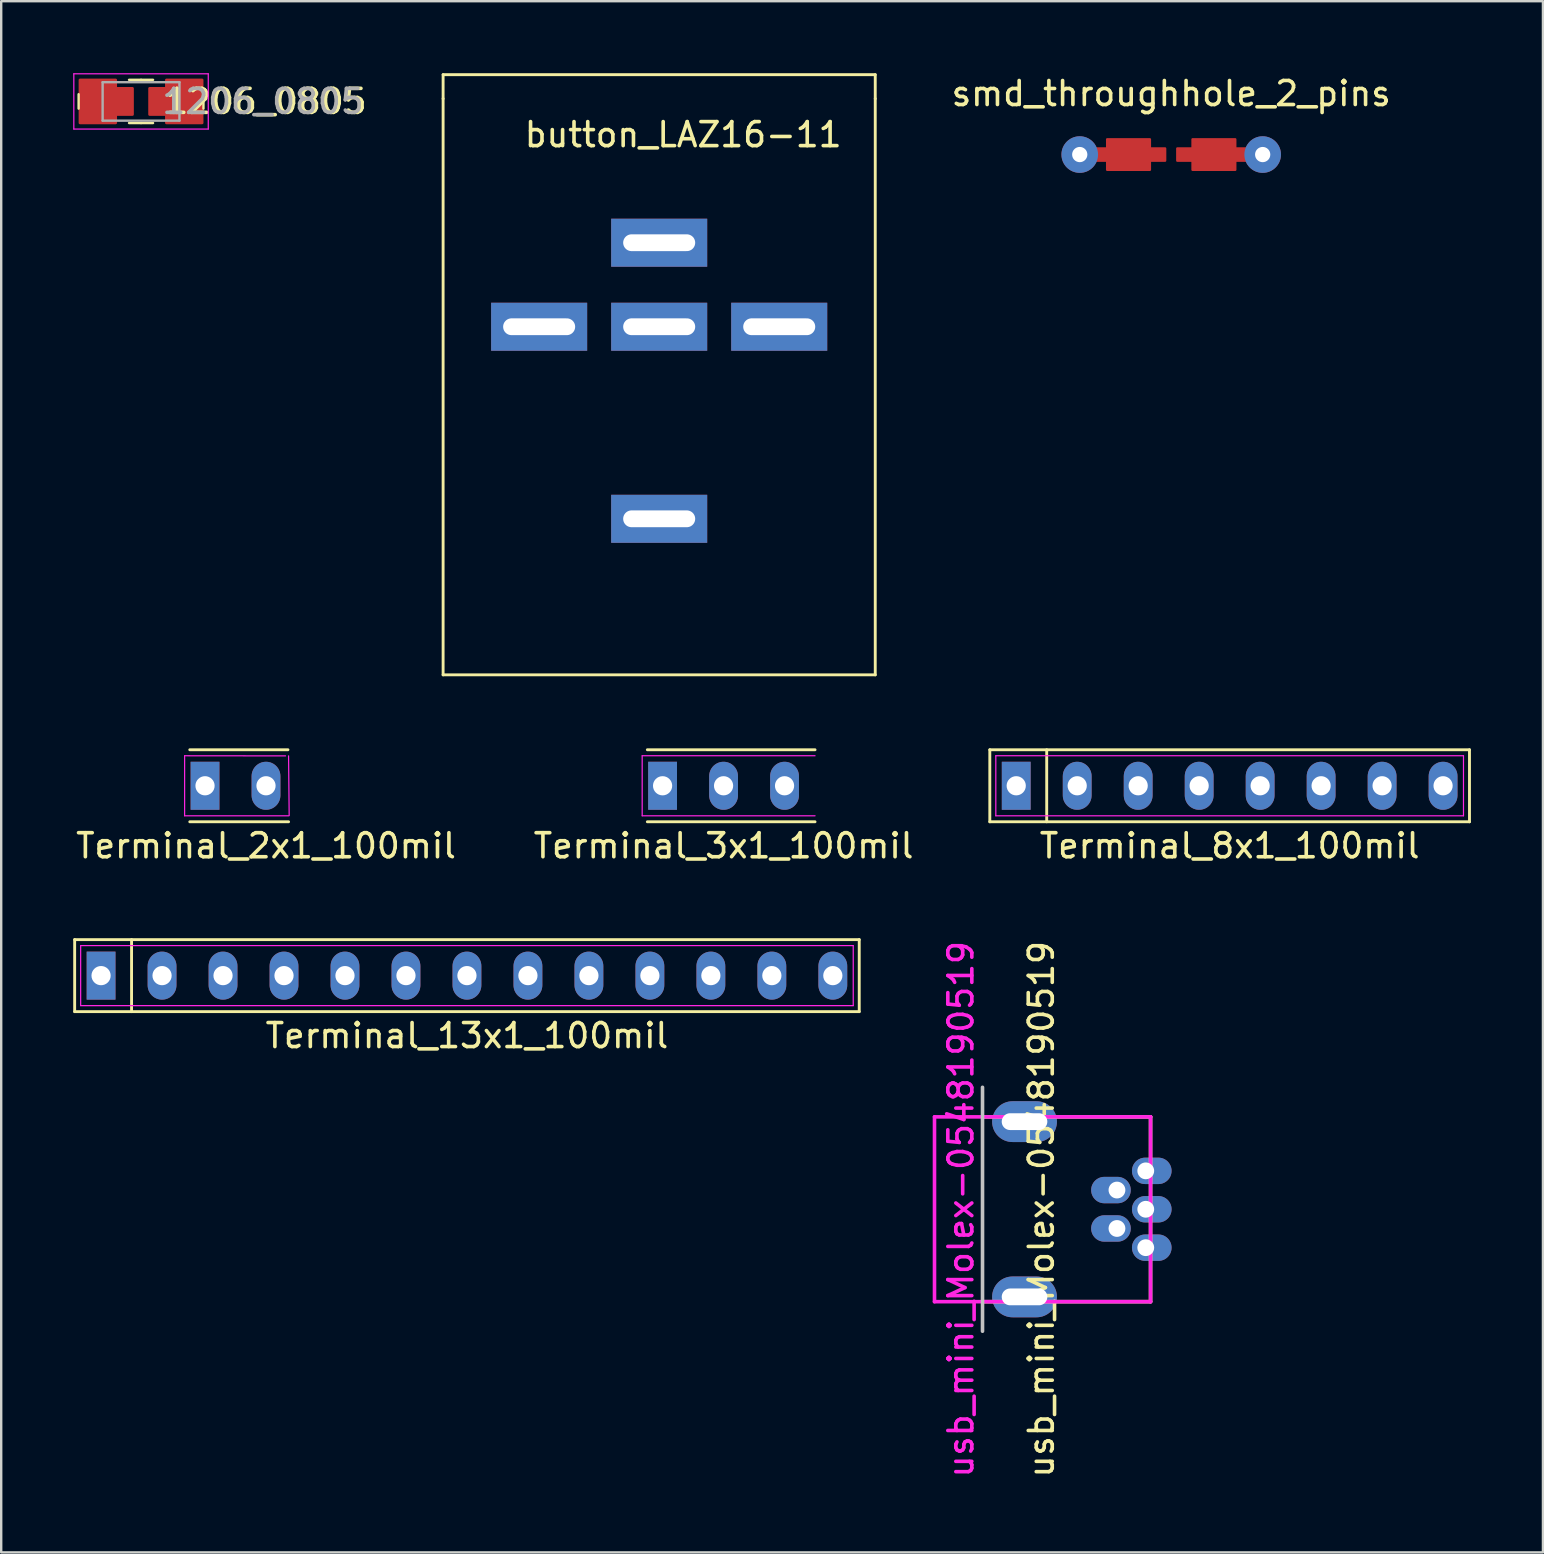
<source format=kicad_pcb>
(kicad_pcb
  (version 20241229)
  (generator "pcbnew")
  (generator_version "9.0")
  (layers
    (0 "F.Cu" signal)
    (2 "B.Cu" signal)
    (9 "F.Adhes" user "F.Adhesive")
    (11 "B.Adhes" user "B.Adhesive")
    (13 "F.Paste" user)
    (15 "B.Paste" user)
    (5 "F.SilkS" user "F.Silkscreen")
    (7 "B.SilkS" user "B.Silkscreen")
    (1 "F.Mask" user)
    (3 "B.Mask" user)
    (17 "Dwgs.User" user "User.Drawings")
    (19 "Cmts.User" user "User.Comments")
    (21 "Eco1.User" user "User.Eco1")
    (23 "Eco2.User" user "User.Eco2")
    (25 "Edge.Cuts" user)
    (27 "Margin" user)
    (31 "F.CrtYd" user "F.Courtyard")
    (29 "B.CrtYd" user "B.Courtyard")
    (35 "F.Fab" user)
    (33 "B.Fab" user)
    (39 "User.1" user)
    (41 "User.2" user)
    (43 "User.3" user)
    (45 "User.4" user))
  (footprint "Terminal_2x1_100mil"
    (layer "F.Cu")
    (at 8.03 29.68)
    (property "Reference" "Terminal_2x1_100mil" (at 0 2.5 0) (layer "F.SilkS") (effects (font (size 1 1) (thickness 0.15))))
    (attr through_hole)
    (fp_line (start -3.175 -1.5) (end 0.914 -1.5) (stroke (width 0.12) (type solid)) (layer "F.SilkS"))
    (fp_line (start 0.94 1.5) (end -3.175 1.5) (stroke (width 0.12) (type solid)) (layer "F.SilkS"))
    (fp_line (start -3.39 -1.25) (end 0.813 -1.245) (stroke (width 0.05) (type solid)) (layer "F.CrtYd"))
    (fp_line (start -3.39 1.25) (end -3.39 -1.25) (stroke (width 0.05) (type solid)) (layer "F.CrtYd"))
    (fp_line (start 0.94 1.25) (end -3.39 1.25) (stroke (width 0.05) (type solid)) (layer "F.CrtYd"))
    (fp_line (start 0.965 1.245) (end 0.94 -1.245) (stroke (width 0.05) (type solid)) (layer "F.CrtYd"))
    (pad "1" thru_hole rect (at -2.54 0) (size 1.2 2) (drill 0.8) (layers "*.Cu" "*.Mask"))
    (pad "2" thru_hole oval (at 0 0) (size 1.2 2) (drill 0.8) (layers "*.Cu" "*.Mask")))
  (footprint "Terminal_8x1_100mil"
    (layer "F.Cu")
    (at 48.169 29.68)
    (property "Reference" "Terminal_8x1_100mil" (at 0 2.5 0) (layer "F.SilkS") (effects (font (size 1 1) (thickness 0.15))))
    (attr through_hole)
    (fp_line (start -9.99 -1.5) (end 9.99 -1.5) (stroke (width 0.12) (type solid)) (layer "F.SilkS"))
    (fp_line (start -9.99 1.5) (end -9.99 -1.5) (stroke (width 0.12) (type solid)) (layer "F.SilkS"))
    (fp_line (start -7.62 -1.5) (end -7.62 1.5) (stroke (width 0.12) (type solid)) (layer "F.SilkS"))
    (fp_line (start 9.99 -1.5) (end 9.99 1.5) (stroke (width 0.12) (type solid)) (layer "F.SilkS"))
    (fp_line (start 9.99 1.5) (end -9.99 1.5) (stroke (width 0.12) (type solid)) (layer "F.SilkS"))
    (fp_line (start -9.74 -1.25) (end 9.74 -1.25) (stroke (width 0.05) (type solid)) (layer "F.CrtYd"))
    (fp_line (start -9.74 1.25) (end -9.74 -1.25) (stroke (width 0.05) (type solid)) (layer "F.CrtYd"))
    (fp_line (start 9.74 -1.25) (end 9.74 1.25) (stroke (width 0.05) (type solid)) (layer "F.CrtYd"))
    (fp_line (start 9.74 1.25) (end -9.74 1.25) (stroke (width 0.05) (type solid)) (layer "F.CrtYd"))
    (pad "1" thru_hole rect (at -8.89 0) (size 1.2 2) (drill 0.8) (layers "*.Cu" "*.Mask"))
    (pad "2" thru_hole oval (at -6.35 0) (size 1.2 2) (drill 0.8) (layers "*.Cu" "*.Mask"))
    (pad "3" thru_hole oval (at -3.81 0) (size 1.2 2) (drill 0.8) (layers "*.Cu" "*.Mask"))
    (pad "4" thru_hole oval (at -1.27 0) (size 1.2 2) (drill 0.8) (layers "*.Cu" "*.Mask"))
    (pad "5" thru_hole oval (at 1.27 0) (size 1.2 2) (drill 0.8) (layers "*.Cu" "*.Mask"))
    (pad "6" thru_hole oval (at 3.81 0) (size 1.2 2) (drill 0.8) (layers "*.Cu" "*.Mask"))
    (pad "7" thru_hole oval (at 6.35 0) (size 1.2 2) (drill 0.8) (layers "*.Cu" "*.Mask"))
    (pad "8" thru_hole oval (at 8.89 0) (size 1.2 2) (drill 0.8) (layers "*.Cu" "*.Mask")))
  (footprint "Terminal_3x1_100mil"
    (layer "F.Cu")
    (at 27.089 29.68)
    (property "Reference" "Terminal_3x1_100mil" (at 0 2.5 0) (layer "F.SilkS") (effects (font (size 1 1) (thickness 0.15))))
    (attr through_hole)
    (fp_line (start -3.175 -1.5) (end 3.81 -1.5) (stroke (width 0.12) (type solid)) (layer "F.SilkS"))
    (fp_line (start 3.81 1.5) (end -3.175 1.5) (stroke (width 0.12) (type solid)) (layer "F.SilkS"))
    (fp_line (start -3.39 -1.25) (end 3.81 -1.25) (stroke (width 0.05) (type solid)) (layer "F.CrtYd"))
    (fp_line (start -3.39 1.25) (end -3.39 -1.25) (stroke (width 0.05) (type solid)) (layer "F.CrtYd"))
    (fp_line (start 3.81 1.25) (end -3.39 1.25) (stroke (width 0.05) (type solid)) (layer "F.CrtYd"))
    (pad "1" thru_hole rect (at -2.54 0) (size 1.2 2) (drill 0.8) (layers "*.Cu" "*.Mask"))
    (pad "2" thru_hole oval (at 0 0) (size 1.2 2) (drill 0.8) (layers "*.Cu" "*.Mask"))
    (pad "3" thru_hole oval (at 2.54 0) (size 1.2 2) (drill 0.8) (layers "*.Cu" "*.Mask")))
  (footprint "1206_0805"
    (layer "F.Cu")
    (at 2.825 1.175)
    (property "Reference" "1206_0805" (at 5.207 0 0) (layer "F.SilkS") (effects (font (size 1 1) (thickness 0.15))))
    (attr smd)
    (fp_poly (pts (xy -1.143 -0.762) (xy 1.143 -0.762) (xy 1.143 0.762) (xy -1.143 0.762)) (stroke (width 0.1) (type solid)) (fill yes) (layer "F.Mask"))
    (fp_line (start -2.6 -0.3) (end -2.6 0.3) (stroke (width 0.1) (type solid)) (layer "F.SilkS"))
    (fp_line (start 0 -0.9) (end -0.5 -0.9) (stroke (width 0.1) (type solid)) (layer "F.SilkS"))
    (fp_line (start 0 -0.9) (end 0.5 -0.9) (stroke (width 0.1) (type solid)) (layer "F.SilkS"))
    (fp_line (start 0 0.9) (end -0.5 0.9) (stroke (width 0.1) (type solid)) (layer "F.SilkS"))
    (fp_line (start 0 0.9) (end 0.5 0.9) (stroke (width 0.1) (type solid)) (layer "F.SilkS"))
    (fp_line (start 2.6 -0.3) (end 2.6 0.3) (stroke (width 0.1) (type solid)) (layer "F.SilkS"))
    (fp_line (start -2.8 -1.15) (end -2.8 1.15) (stroke (width 0.05) (type solid)) (layer "F.CrtYd"))
    (fp_line (start -2.8 1.15) (end 2.8 1.15) (stroke (width 0.05) (type solid)) (layer "F.CrtYd"))
    (fp_line (start 2.8 -1.15) (end -2.8 -1.15) (stroke (width 0.05) (type solid)) (layer "F.CrtYd"))
    (fp_line (start 2.8 1.15) (end 2.8 -1.15) (stroke (width 0.05) (type solid)) (layer "F.CrtYd"))
    (fp_line (start -1.6 -0.8) (end -1.6 0.8) (stroke (width 0.1) (type solid)) (layer "F.Fab"))
    (fp_line (start -1.6 -0.8) (end 1.6 -0.8) (stroke (width 0.1) (type solid)) (layer "F.Fab"))
    (fp_line (start -1.6 0.8) (end 1.6 0.8) (stroke (width 0.1) (type solid)) (layer "F.Fab"))
    (fp_line (start 1.6 -0.8) (end 1.6 0.8) (stroke (width 0.1) (type solid)) (layer "F.Fab"))
    (fp_text user "${REFERENCE}" (at 5.08 0 0) (layer "F.Fab") (effects (font (size 1 1) (thickness 0.15))))
    (pad "1" smd custom (at -1.8 0) (size 1.5 1.8) (layers "F.Cu" "F.Mask" "F.Paste") (options (anchor rect)) (primitives (gr_poly (pts (xy 0.75 -0.55) (xy 1.45 -0.55) (xy 1.45 0.55) (xy 0.75 0.55) (xy 0.75 0.9) (xy -0.75 0.9) (xy -0.75 -0.9) (xy -0.4 -0.9) (xy 0.75 -0.9)) (width 0.1) (fill yes))))
    (pad "2" smd custom (at 1.8 0) (size 1.5 1.8) (layers "F.Cu" "F.Mask" "F.Paste") (options (anchor rect)) (primitives (gr_poly (pts (xy -0.75 0.55) (xy -1.45 0.55) (xy -1.45 -0.55) (xy -0.75 -0.55) (xy -0.75 -0.9) (xy 0.75 -0.9) (xy 0.75 0.9) (xy 0.4 0.9) (xy -0.75 0.9)) (width 0.1) (fill yes)))))
  (footprint "smd_throughhole_2_pins"
    (layer "F.Cu")
    (at 45.735 3.388)
    (property "Reference" "smd_throughhole_2_pins" (at 0 -2.54 0) (layer "F.SilkS") (effects (font (size 1 1) (thickness 0.15))))
    (attr through_hole)
    (fp_poly (pts (xy -3.175 -0.254) (xy -2.667 -0.254) (xy -2.667 -0.635) (xy -0.889 -0.635) (xy -0.889 -0.254) (xy -0.254 -0.254) (xy -0.254 0.254) (xy -0.889 0.254) (xy -0.889 0.635) (xy -2.667 0.635) (xy -2.667 0.254) (xy -3.175 0.254)) (stroke (width 0.1) (type solid)) (fill yes) (layer "F.Cu"))
    (fp_poly (pts (xy 3.175 0.254) (xy 2.667 0.254) (xy 2.667 0.635) (xy 0.889 0.635) (xy 0.889 0.254) (xy 0.254 0.254) (xy 0.254 -0.254) (xy 0.889 -0.254) (xy 0.889 -0.635) (xy 2.667 -0.635) (xy 2.667 -0.254) (xy 3.175 -0.254)) (stroke (width 0.1) (type solid)) (fill yes) (layer "F.Cu"))
    (fp_poly (pts (xy -2.667 -0.635) (xy -2.667 0.635) (xy -0.889 0.635) (xy -0.889 0.254) (xy 0.889 0.254) (xy 0.889 0.635) (xy 2.667 0.635) (xy 2.667 0.254) (xy 2.667 -0.254) (xy 2.667 -0.635) (xy 0.889 -0.635) (xy 0.889 -0.254) (xy -0.889 -0.254) (xy -0.889 -0.635)) (stroke (width 0.1) (type solid)) (fill yes) (layer "F.Mask"))
    (pad "1" thru_hole circle (at 3.81 0) (size 1.524 1.524) (drill 0.635) (layers "*.Cu" "*.Mask"))
    (pad "2" thru_hole circle (at -3.81 0) (size 1.524 1.524) (drill 0.635) (layers "*.Cu" "*.Mask")))
  (footprint "button_LAZ16-11"
    (layer "F.Cu")
    (at 24.407 10.56)
    (property "Reference" "button_LAZ16-11" (at 1 -8 0) (layer "F.SilkS") (effects (font (size 1 1) (thickness 0.15))))
    (attr through_hole)
    (fp_line (start -9 -10.5) (end -9 -9.5) (stroke (width 0.12) (type solid)) (layer "F.SilkS"))
    (fp_line (start -9 -10.5) (end 9 -10.5) (stroke (width 0.12) (type solid)) (layer "F.SilkS"))
    (fp_line (start -9 14.5) (end -9 -9.5) (stroke (width 0.12) (type solid)) (layer "F.SilkS"))
    (fp_line (start 9 -10.5) (end 9 -9.5) (stroke (width 0.12) (type solid)) (layer "F.SilkS"))
    (fp_line (start 9 -9.5) (end 9 14.5) (stroke (width 0.12) (type solid)) (layer "F.SilkS"))
    (fp_line (start 9 14.5) (end -9 14.5) (stroke (width 0.12) (type solid)) (layer "F.SilkS"))
    (pad "1" thru_hole rect (at 0 0) (size 4 2) (drill oval 3 0.7) (layers "*.Cu" "*.Mask"))
    (pad "2" thru_hole rect (at -5 0) (size 4 2) (drill oval 3 0.7) (layers "*.Cu" "*.Mask"))
    (pad "3" thru_hole rect (at 5 0) (size 4 2) (drill oval 3 0.7) (layers "*.Cu" "*.Mask"))
    (pad "4" thru_hole rect (at 0 -3.5) (size 4 2) (drill oval 3 0.7) (layers "*.Cu" "*.Mask"))
    (pad "5" thru_hole rect (at 0 8) (size 4 2) (drill oval 3 0.7) (layers "*.Cu" "*.Mask")))
  (footprint "Terminal_13x1_100mil"
    (layer "F.Cu")
    (at 16.4 37.588)
    (property "Reference" "Terminal_13x1_100mil" (at 0 2.5 0) (layer "F.SilkS") (effects (font (size 1 1) (thickness 0.15))))
    (attr through_hole)
    (fp_line (start -16.34 -1.5) (end 16.34 -1.5) (stroke (width 0.12) (type solid)) (layer "F.SilkS"))
    (fp_line (start -16.34 1.5) (end -16.34 -1.5) (stroke (width 0.12) (type solid)) (layer "F.SilkS"))
    (fp_line (start -13.97 -1.5) (end -13.97 1.5) (stroke (width 0.12) (type solid)) (layer "F.SilkS"))
    (fp_line (start 16.34 -1.5) (end 16.34 1.5) (stroke (width 0.12) (type solid)) (layer "F.SilkS"))
    (fp_line (start 16.34 1.5) (end -16.34 1.5) (stroke (width 0.12) (type solid)) (layer "F.SilkS"))
    (fp_line (start -16.09 -1.25) (end 16.09 -1.25) (stroke (width 0.05) (type solid)) (layer "F.CrtYd"))
    (fp_line (start -16.09 1.25) (end -16.09 -1.25) (stroke (width 0.05) (type solid)) (layer "F.CrtYd"))
    (fp_line (start 16.09 -1.25) (end 16.09 1.25) (stroke (width 0.05) (type solid)) (layer "F.CrtYd"))
    (fp_line (start 16.09 1.25) (end -16.09 1.25) (stroke (width 0.05) (type solid)) (layer "F.CrtYd"))
    (pad "1" thru_hole rect (at -15.24 0) (size 1.2 2) (drill 0.8) (layers "*.Cu" "*.Mask"))
    (pad "2" thru_hole oval (at -12.7 0) (size 1.2 2) (drill 0.8) (layers "*.Cu" "*.Mask"))
    (pad "3" thru_hole oval (at -10.16 0) (size 1.2 2) (drill 0.8) (layers "*.Cu" "*.Mask"))
    (pad "4" thru_hole oval (at -7.62 0) (size 1.2 2) (drill 0.8) (layers "*.Cu" "*.Mask"))
    (pad "5" thru_hole oval (at -5.08 0) (size 1.2 2) (drill 0.8) (layers "*.Cu" "*.Mask"))
    (pad "6" thru_hole oval (at -2.54 0) (size 1.2 2) (drill 0.8) (layers "*.Cu" "*.Mask"))
    (pad "7" thru_hole oval (at 0 0) (size 1.2 2) (drill 0.8) (layers "*.Cu" "*.Mask"))
    (pad "8" thru_hole oval (at 2.54 0) (size 1.2 2) (drill 0.8) (layers "*.Cu" "*.Mask"))
    (pad "9" thru_hole oval (at 5.08 0) (size 1.2 2) (drill 0.8) (layers "*.Cu" "*.Mask"))
    (pad "10" thru_hole oval (at 7.62 0) (size 1.2 2) (drill 0.8) (layers "*.Cu" "*.Mask"))
    (pad "11" thru_hole oval (at 10.16 0) (size 1.2 2) (drill 0.8) (layers "*.Cu" "*.Mask"))
    (pad "12" thru_hole oval (at 12.7 0) (size 1.2 2) (drill 0.8) (layers "*.Cu" "*.Mask"))
    (pad "13" thru_hole oval (at 15.24 0) (size 1.2 2) (drill 0.8) (layers "*.Cu" "*.Mask")))
  (footprint "usb_mini_Molex-0548190519"
    (layer "F.Cu")
    (at 37.875 47.32)
    (property "Reference" "usb_mini_Molex-0548190519" (at -0.9 0 90) (layer "F.CrtYd") (effects (font (size 1 1) (thickness 0.15))))
    (attr smd)
    (fp_line (start 0 -3.85) (end 7 -3.85) (stroke (width 0.15) (type solid)) (layer "F.SilkS"))
    (fp_line (start 7 -3.85) (end 7 3.85) (stroke (width 0.15) (type solid)) (layer "F.SilkS"))
    (fp_line (start 7 3.85) (end 0 3.85) (stroke (width 0.15) (type solid)) (layer "F.SilkS"))
    (fp_line (start 0 -5.08) (end 0 5.08) (stroke (width 0.15) (type solid)) (layer "Dwgs.User"))
    (fp_line (start -2 -3.85) (end -2 3.85) (stroke (width 0.15) (type solid)) (layer "F.CrtYd"))
    (fp_line (start -2 -3.85) (end 7 -3.85) (stroke (width 0.15) (type solid)) (layer "F.CrtYd"))
    (fp_line (start -2 3.85) (end 7 3.85) (stroke (width 0.15) (type solid)) (layer "F.CrtYd"))
    (fp_line (start 7 3.85) (end 7 -3.85) (stroke (width 0.15) (type solid)) (layer "F.CrtYd"))
    (fp_text user "${REFERENCE}" (at 2.45 0 90) (layer "F.SilkS") (effects (font (size 1 1) (thickness 0.15))))
    (pad "1" thru_hole oval (at 6.8 1.6) (size 1.65 1.1) (drill oval 0.7 (offset 0.25 0)) (layers "*.Cu" "B.Mask"))
    (pad "2" thru_hole oval (at 5.6 0.8 180) (size 1.65 1.1) (drill oval 0.7 (offset 0.25 0)) (layers "*.Cu" "B.Mask"))
    (pad "3" thru_hole oval (at 6.8 0) (size 1.65 1.1) (drill oval 0.7 (offset 0.25 0)) (layers "*.Cu" "B.Mask"))
    (pad "4" thru_hole oval (at 5.6 -0.8 180) (size 1.65 1.1) (drill oval 0.7 (offset 0.25 0)) (layers "*.Cu" "B.Mask"))
    (pad "5" thru_hole oval (at 6.8 -1.6) (size 1.65 1.1) (drill oval 0.7 (offset 0.25 0)) (layers "*.Cu" "B.Mask"))
    (pad "6" thru_hole oval (at 1.75 -3.65) (size 2.7 1.7) (drill oval 1.9 0.7) (layers "*.Cu" "*.Mask"))
    (pad "6" thru_hole oval (at 1.75 3.65) (size 2.7 1.7) (drill oval 1.9 0.7) (layers "*.Cu" "*.Mask")))
  (gr_rect
    (start -3 -3)
    (end 61.219 61.612)
    (stroke (width 0.1) (type default))
    (fill no)
    (layer "Edge.Cuts")))
</source>
